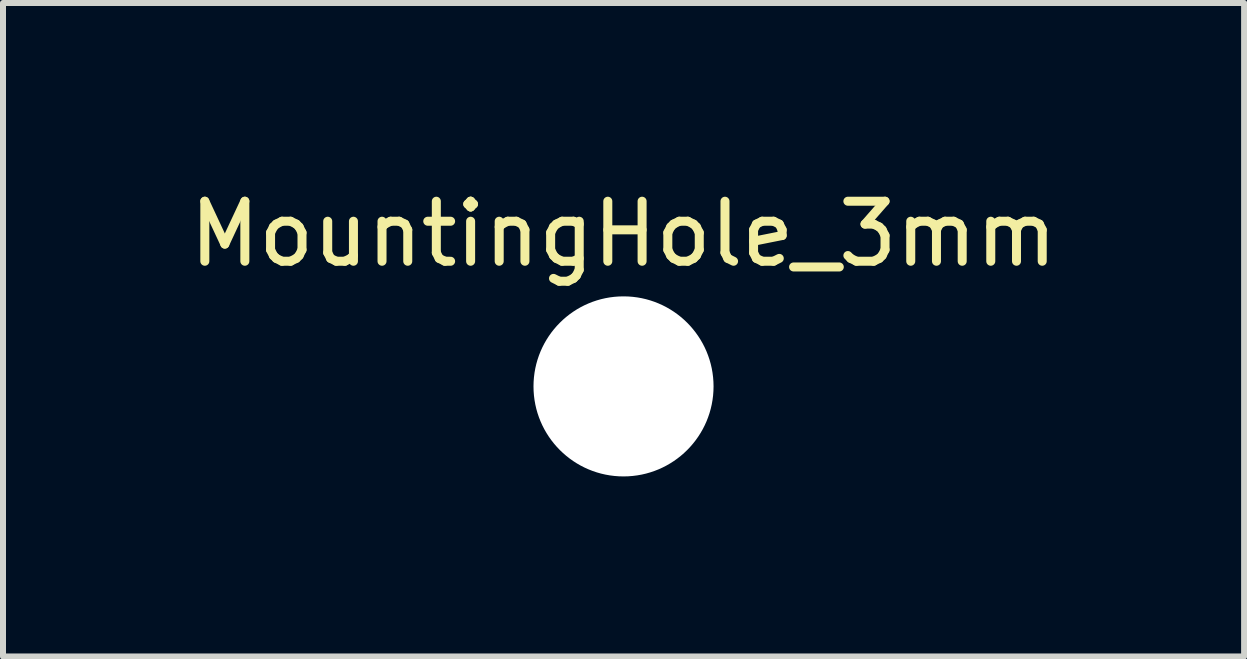
<source format=kicad_pcb>
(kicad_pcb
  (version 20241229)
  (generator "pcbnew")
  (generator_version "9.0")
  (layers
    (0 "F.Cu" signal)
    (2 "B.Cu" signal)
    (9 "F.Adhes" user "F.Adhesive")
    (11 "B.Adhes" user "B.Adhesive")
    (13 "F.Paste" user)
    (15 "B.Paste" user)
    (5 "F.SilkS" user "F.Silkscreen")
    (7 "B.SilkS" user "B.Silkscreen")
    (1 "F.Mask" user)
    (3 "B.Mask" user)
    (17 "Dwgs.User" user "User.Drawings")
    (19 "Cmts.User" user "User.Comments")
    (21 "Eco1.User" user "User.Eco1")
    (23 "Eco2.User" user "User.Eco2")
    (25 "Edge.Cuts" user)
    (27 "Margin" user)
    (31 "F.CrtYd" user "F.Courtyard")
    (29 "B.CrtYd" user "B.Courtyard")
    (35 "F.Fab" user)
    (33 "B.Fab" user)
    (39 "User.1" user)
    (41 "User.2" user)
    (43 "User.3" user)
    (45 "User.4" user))
  (footprint "MountingHole_3mm"
    (layer "F.Cu")
    (at 7.339 3.388)
    (property "Reference" "MountingHole_3mm" (at 0 -2.54 0) (layer "F.SilkS") (effects (font (size 1 1) (thickness 0.15))))
    (attr through_hole)
    (pad "" np_thru_hole circle (at 0 0) (size 3 3) (drill 3) (layers "*.Cu" "*.Mask")))
  (gr_rect
    (start -3 -3)
    (end 17.679 7.888)
    (stroke (width 0.1) (type default))
    (fill no)
    (layer "Edge.Cuts")))
</source>
